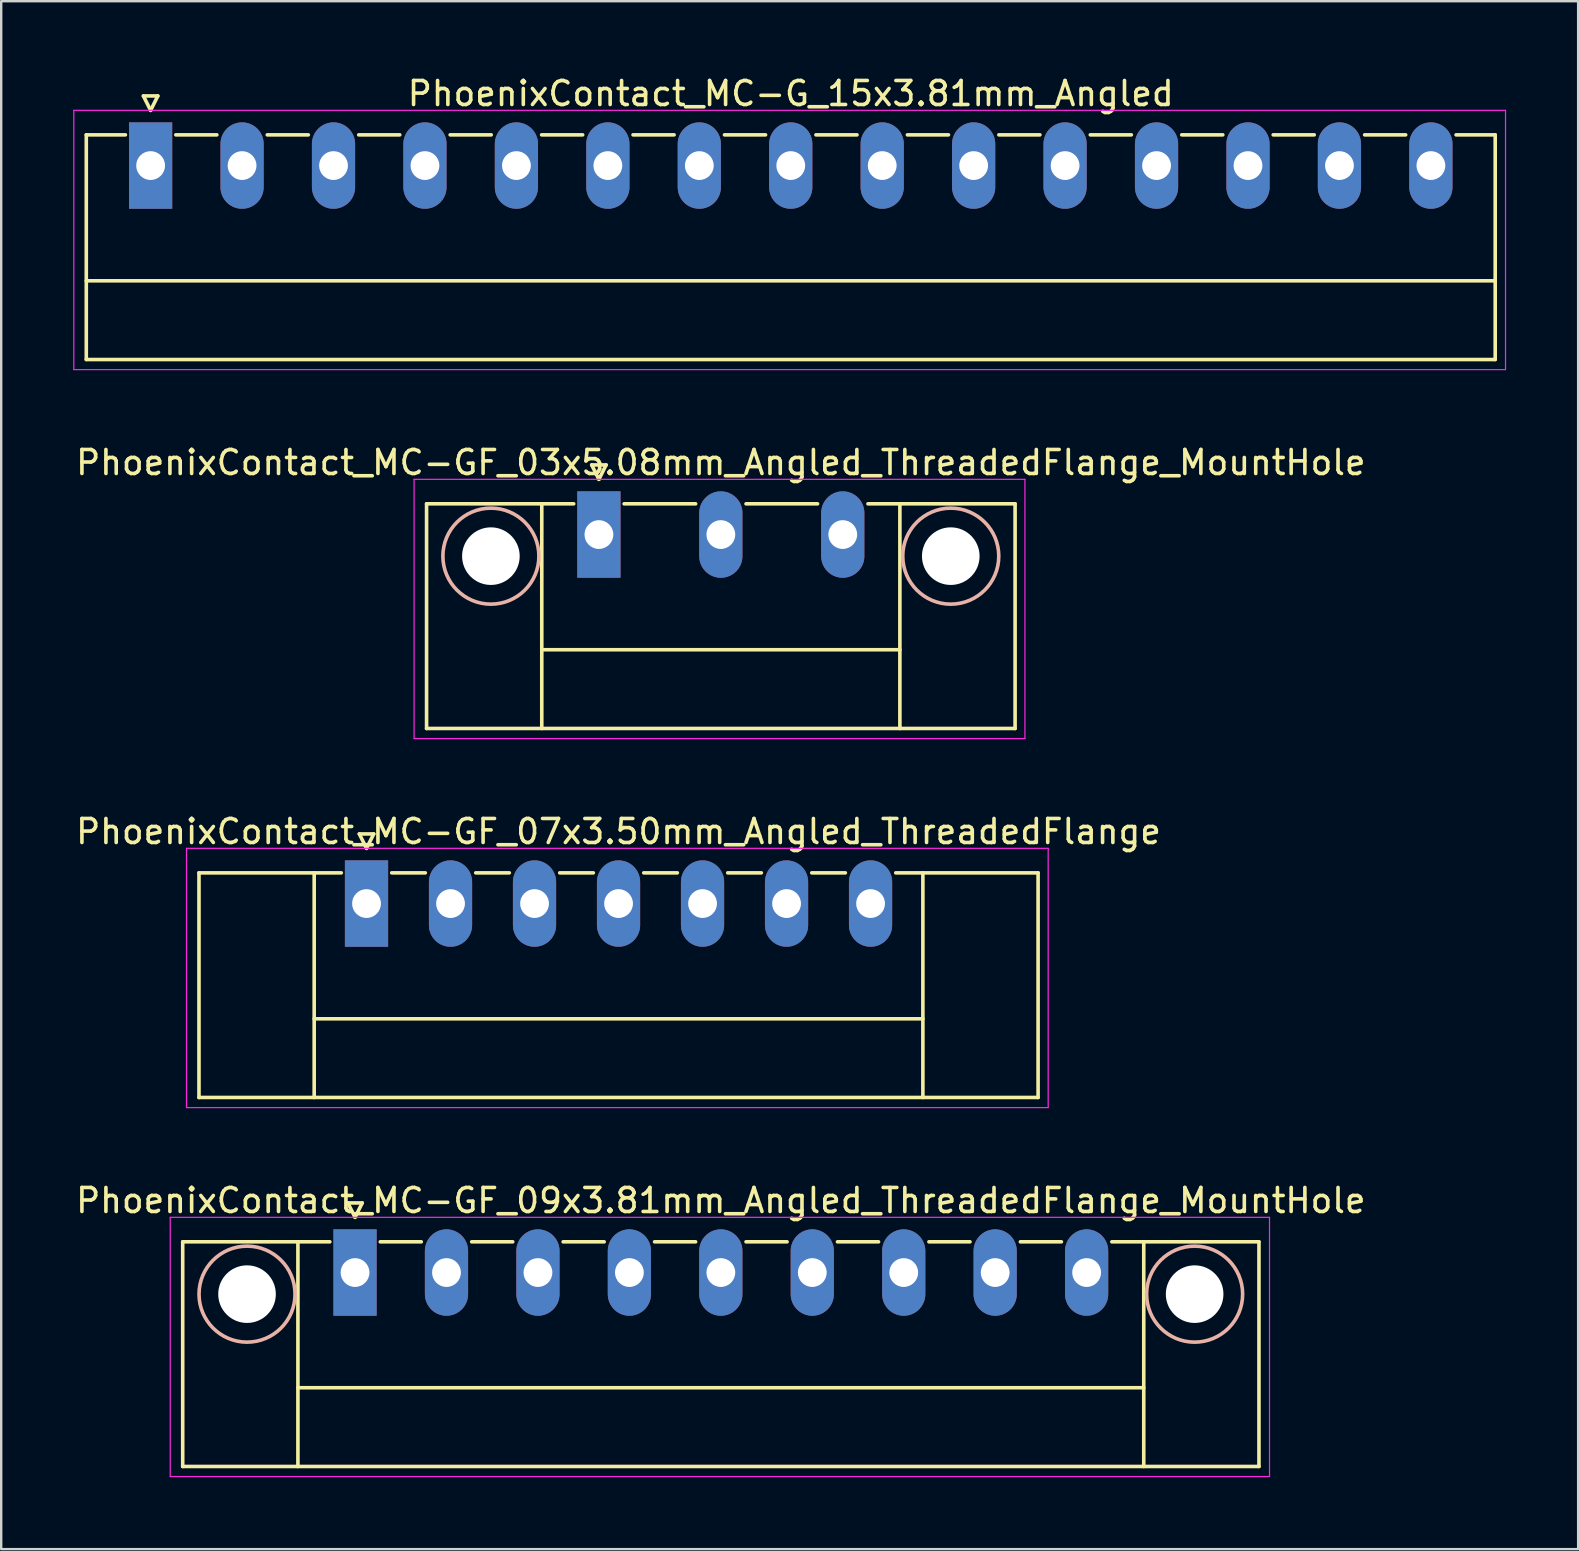
<source format=kicad_pcb>
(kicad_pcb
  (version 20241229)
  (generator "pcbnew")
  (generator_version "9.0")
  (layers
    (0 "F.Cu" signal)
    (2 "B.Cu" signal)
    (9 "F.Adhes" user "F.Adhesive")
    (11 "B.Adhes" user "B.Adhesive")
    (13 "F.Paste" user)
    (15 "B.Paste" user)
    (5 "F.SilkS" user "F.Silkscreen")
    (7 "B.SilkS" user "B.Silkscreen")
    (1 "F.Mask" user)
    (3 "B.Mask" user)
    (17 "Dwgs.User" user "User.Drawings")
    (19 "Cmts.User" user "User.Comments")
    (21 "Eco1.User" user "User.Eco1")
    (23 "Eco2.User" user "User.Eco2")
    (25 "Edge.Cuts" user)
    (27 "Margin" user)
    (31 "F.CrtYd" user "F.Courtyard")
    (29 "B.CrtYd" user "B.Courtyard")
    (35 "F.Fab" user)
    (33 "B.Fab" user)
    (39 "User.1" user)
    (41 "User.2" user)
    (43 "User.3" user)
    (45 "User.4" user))
  (footprint "PhoenixContact_MC-GF_09x3.81mm_Angled_ThreadedFlange_MountHole"
    (layer "F.Cu")
    (at 11.742 49.968)
    (property "Reference" "PhoenixContact_MC-GF_09x3.81mm_Angled_ThreadedFlange_MountHole" (at 15.24 -3 0) (layer "F.SilkS") (effects (font (size 1 1) (thickness 0.15))))
    (attr through_hole)
    (fp_line (start -7.18 -1.28) (end -7.18 8.08) (stroke (width 0.15) (type solid)) (layer "F.SilkS"))
    (fp_line (start -7.18 -1.28) (end -1.05 -1.28) (stroke (width 0.15) (type solid)) (layer "F.SilkS"))
    (fp_line (start -7.18 8.08) (end 37.66 8.08) (stroke (width 0.15) (type solid)) (layer "F.SilkS"))
    (fp_line (start -2.38 -1.28) (end -2.38 8.08) (stroke (width 0.15) (type solid)) (layer "F.SilkS"))
    (fp_line (start -2.38 4.8) (end 32.86 4.8) (stroke (width 0.15) (type solid)) (layer "F.SilkS"))
    (fp_line (start -0.3 -2.9) (end 0 -2.3) (stroke (width 0.15) (type solid)) (layer "F.SilkS"))
    (fp_line (start 0 -2.3) (end 0.3 -2.9) (stroke (width 0.15) (type solid)) (layer "F.SilkS"))
    (fp_line (start 0.3 -2.9) (end -0.3 -2.9) (stroke (width 0.15) (type solid)) (layer "F.SilkS"))
    (fp_line (start 1.05 -1.28) (end 2.76 -1.28) (stroke (width 0.15) (type solid)) (layer "F.SilkS"))
    (fp_line (start 4.86 -1.28) (end 6.57 -1.28) (stroke (width 0.15) (type solid)) (layer "F.SilkS"))
    (fp_line (start 8.67 -1.28) (end 10.38 -1.28) (stroke (width 0.15) (type solid)) (layer "F.SilkS"))
    (fp_line (start 12.48 -1.28) (end 14.19 -1.28) (stroke (width 0.15) (type solid)) (layer "F.SilkS"))
    (fp_line (start 16.29 -1.28) (end 18 -1.28) (stroke (width 0.15) (type solid)) (layer "F.SilkS"))
    (fp_line (start 20.1 -1.28) (end 21.81 -1.28) (stroke (width 0.15) (type solid)) (layer "F.SilkS"))
    (fp_line (start 23.91 -1.28) (end 25.62 -1.28) (stroke (width 0.15) (type solid)) (layer "F.SilkS"))
    (fp_line (start 27.72 -1.28) (end 29.43 -1.28) (stroke (width 0.15) (type solid)) (layer "F.SilkS"))
    (fp_line (start 32.86 -1.28) (end 32.86 8.08) (stroke (width 0.15) (type solid)) (layer "F.SilkS"))
    (fp_line (start 37.66 -1.28) (end 31.53 -1.28) (stroke (width 0.15) (type solid)) (layer "F.SilkS"))
    (fp_line (start 37.66 8.08) (end 37.66 -1.28) (stroke (width 0.15) (type solid)) (layer "F.SilkS"))
    (fp_circle (center -4.5 0.9) (end -2.5 0.9) (stroke (width 0.15) (type solid)) (fill no) (layer "B.SilkS"))
    (fp_circle (center 34.98 0.9) (end 36.98 0.9) (stroke (width 0.15) (type solid)) (fill no) (layer "B.SilkS"))
    (fp_line (start -7.7 -2.3) (end -7.7 8.5) (stroke (width 0.05) (type solid)) (layer "F.CrtYd"))
    (fp_line (start -7.7 8.5) (end 38.1 8.5) (stroke (width 0.05) (type solid)) (layer "F.CrtYd"))
    (fp_line (start 38.1 -2.3) (end -7.7 -2.3) (stroke (width 0.05) (type solid)) (layer "F.CrtYd"))
    (fp_line (start 38.1 8.5) (end 38.1 -2.3) (stroke (width 0.05) (type solid)) (layer "F.CrtYd"))
    (pad "" np_thru_hole circle (at -4.5 0.9) (size 2.4 2.4) (drill 2.4) (layers "*.Cu" "*.Mask"))
    (pad "" np_thru_hole circle (at 34.98 0.9) (size 2.4 2.4) (drill 2.4) (layers "*.Cu" "*.Mask"))
    (pad "1" thru_hole rect (at 0 0) (size 1.8 3.6) (drill 1.2) (layers "*.Cu" "*.Mask"))
    (pad "2" thru_hole oval (at 3.81 0) (size 1.8 3.6) (drill 1.2) (layers "*.Cu" "*.Mask"))
    (pad "3" thru_hole oval (at 7.62 0) (size 1.8 3.6) (drill 1.2) (layers "*.Cu" "*.Mask"))
    (pad "4" thru_hole oval (at 11.43 0) (size 1.8 3.6) (drill 1.2) (layers "*.Cu" "*.Mask"))
    (pad "5" thru_hole oval (at 15.24 0) (size 1.8 3.6) (drill 1.2) (layers "*.Cu" "*.Mask"))
    (pad "6" thru_hole oval (at 19.05 0) (size 1.8 3.6) (drill 1.2) (layers "*.Cu" "*.Mask"))
    (pad "7" thru_hole oval (at 22.86 0) (size 1.8 3.6) (drill 1.2) (layers "*.Cu" "*.Mask"))
    (pad "8" thru_hole oval (at 26.67 0) (size 1.8 3.6) (drill 1.2) (layers "*.Cu" "*.Mask"))
    (pad "9" thru_hole oval (at 30.48 0) (size 1.8 3.6) (drill 1.2) (layers "*.Cu" "*.Mask")))
  (footprint "PhoenixContact_MC-GF_03x5.08mm_Angled_ThreadedFlange_MountHole"
    (layer "F.Cu")
    (at 21.902 19.221)
    (property "Reference" "PhoenixContact_MC-GF_03x5.08mm_Angled_ThreadedFlange_MountHole" (at 5.08 -3 0) (layer "F.SilkS") (effects (font (size 1 1) (thickness 0.15))))
    (attr through_hole)
    (fp_line (start -7.18 -1.28) (end -7.18 8.08) (stroke (width 0.15) (type solid)) (layer "F.SilkS"))
    (fp_line (start -7.18 -1.28) (end -1.05 -1.28) (stroke (width 0.15) (type solid)) (layer "F.SilkS"))
    (fp_line (start -7.18 8.08) (end 17.34 8.08) (stroke (width 0.15) (type solid)) (layer "F.SilkS"))
    (fp_line (start -2.38 -1.28) (end -2.38 8.08) (stroke (width 0.15) (type solid)) (layer "F.SilkS"))
    (fp_line (start -2.38 4.8) (end 12.54 4.8) (stroke (width 0.15) (type solid)) (layer "F.SilkS"))
    (fp_line (start -0.3 -2.9) (end 0 -2.3) (stroke (width 0.15) (type solid)) (layer "F.SilkS"))
    (fp_line (start 0 -2.3) (end 0.3 -2.9) (stroke (width 0.15) (type solid)) (layer "F.SilkS"))
    (fp_line (start 0.3 -2.9) (end -0.3 -2.9) (stroke (width 0.15) (type solid)) (layer "F.SilkS"))
    (fp_line (start 1.05 -1.28) (end 4.03 -1.28) (stroke (width 0.15) (type solid)) (layer "F.SilkS"))
    (fp_line (start 6.13 -1.28) (end 9.11 -1.28) (stroke (width 0.15) (type solid)) (layer "F.SilkS"))
    (fp_line (start 12.54 -1.28) (end 12.54 8.08) (stroke (width 0.15) (type solid)) (layer "F.SilkS"))
    (fp_line (start 17.34 -1.28) (end 11.21 -1.28) (stroke (width 0.15) (type solid)) (layer "F.SilkS"))
    (fp_line (start 17.34 8.08) (end 17.34 -1.28) (stroke (width 0.15) (type solid)) (layer "F.SilkS"))
    (fp_circle (center -4.5 0.9) (end -2.5 0.9) (stroke (width 0.15) (type solid)) (fill no) (layer "B.SilkS"))
    (fp_circle (center 14.66 0.9) (end 16.66 0.9) (stroke (width 0.15) (type solid)) (fill no) (layer "B.SilkS"))
    (fp_line (start -7.7 -2.3) (end -7.7 8.5) (stroke (width 0.05) (type solid)) (layer "F.CrtYd"))
    (fp_line (start -7.7 8.5) (end 17.75 8.5) (stroke (width 0.05) (type solid)) (layer "F.CrtYd"))
    (fp_line (start 17.75 -2.3) (end -7.7 -2.3) (stroke (width 0.05) (type solid)) (layer "F.CrtYd"))
    (fp_line (start 17.75 8.5) (end 17.75 -2.3) (stroke (width 0.05) (type solid)) (layer "F.CrtYd"))
    (pad "" np_thru_hole circle (at -4.5 0.9) (size 2.4 2.4) (drill 2.4) (layers "*.Cu" "*.Mask"))
    (pad "" np_thru_hole circle (at 14.66 0.9) (size 2.4 2.4) (drill 2.4) (layers "*.Cu" "*.Mask"))
    (pad "1" thru_hole rect (at 0 0) (size 1.8 3.6) (drill 1.2) (layers "*.Cu" "*.Mask"))
    (pad "2" thru_hole oval (at 5.08 0) (size 1.8 3.6) (drill 1.2) (layers "*.Cu" "*.Mask"))
    (pad "3" thru_hole oval (at 10.16 0) (size 1.8 3.6) (drill 1.2) (layers "*.Cu" "*.Mask")))
  (footprint "PhoenixContact_MC-G_15x3.81mm_Angled"
    (layer "F.Cu")
    (at 3.225 3.848)
    (property "Reference" "PhoenixContact_MC-G_15x3.81mm_Angled" (at 26.67 -3 0) (layer "F.SilkS") (effects (font (size 1 1) (thickness 0.15))))
    (attr through_hole)
    (fp_line (start -2.68 -1.28) (end -2.68 8.08) (stroke (width 0.15) (type solid)) (layer "F.SilkS"))
    (fp_line (start -2.68 -1.28) (end -1.05 -1.28) (stroke (width 0.15) (type solid)) (layer "F.SilkS"))
    (fp_line (start -2.68 4.8) (end 56.02 4.8) (stroke (width 0.15) (type solid)) (layer "F.SilkS"))
    (fp_line (start -2.68 8.08) (end 56.02 8.08) (stroke (width 0.15) (type solid)) (layer "F.SilkS"))
    (fp_line (start -0.3 -2.9) (end 0 -2.3) (stroke (width 0.15) (type solid)) (layer "F.SilkS"))
    (fp_line (start 0 -2.3) (end 0.3 -2.9) (stroke (width 0.15) (type solid)) (layer "F.SilkS"))
    (fp_line (start 0.3 -2.9) (end -0.3 -2.9) (stroke (width 0.15) (type solid)) (layer "F.SilkS"))
    (fp_line (start 1.05 -1.28) (end 2.76 -1.28) (stroke (width 0.15) (type solid)) (layer "F.SilkS"))
    (fp_line (start 4.86 -1.28) (end 6.57 -1.28) (stroke (width 0.15) (type solid)) (layer "F.SilkS"))
    (fp_line (start 8.67 -1.28) (end 10.38 -1.28) (stroke (width 0.15) (type solid)) (layer "F.SilkS"))
    (fp_line (start 12.48 -1.28) (end 14.19 -1.28) (stroke (width 0.15) (type solid)) (layer "F.SilkS"))
    (fp_line (start 16.29 -1.28) (end 18 -1.28) (stroke (width 0.15) (type solid)) (layer "F.SilkS"))
    (fp_line (start 20.1 -1.28) (end 21.81 -1.28) (stroke (width 0.15) (type solid)) (layer "F.SilkS"))
    (fp_line (start 23.91 -1.28) (end 25.62 -1.28) (stroke (width 0.15) (type solid)) (layer "F.SilkS"))
    (fp_line (start 27.72 -1.28) (end 29.43 -1.28) (stroke (width 0.15) (type solid)) (layer "F.SilkS"))
    (fp_line (start 31.53 -1.28) (end 33.24 -1.28) (stroke (width 0.15) (type solid)) (layer "F.SilkS"))
    (fp_line (start 35.34 -1.28) (end 37.05 -1.28) (stroke (width 0.15) (type solid)) (layer "F.SilkS"))
    (fp_line (start 39.15 -1.28) (end 40.86 -1.28) (stroke (width 0.15) (type solid)) (layer "F.SilkS"))
    (fp_line (start 42.96 -1.28) (end 44.67 -1.28) (stroke (width 0.15) (type solid)) (layer "F.SilkS"))
    (fp_line (start 46.77 -1.28) (end 48.48 -1.28) (stroke (width 0.15) (type solid)) (layer "F.SilkS"))
    (fp_line (start 50.58 -1.28) (end 52.29 -1.28) (stroke (width 0.15) (type solid)) (layer "F.SilkS"))
    (fp_line (start 56.02 -1.28) (end 54.39 -1.28) (stroke (width 0.15) (type solid)) (layer "F.SilkS"))
    (fp_line (start 56.02 8.08) (end 56.02 -1.28) (stroke (width 0.15) (type solid)) (layer "F.SilkS"))
    (fp_line (start -3.2 -2.3) (end -3.2 8.5) (stroke (width 0.05) (type solid)) (layer "F.CrtYd"))
    (fp_line (start -3.2 8.5) (end 56.45 8.5) (stroke (width 0.05) (type solid)) (layer "F.CrtYd"))
    (fp_line (start 56.45 -2.3) (end -3.2 -2.3) (stroke (width 0.05) (type solid)) (layer "F.CrtYd"))
    (fp_line (start 56.45 8.5) (end 56.45 -2.3) (stroke (width 0.05) (type solid)) (layer "F.CrtYd"))
    (pad "1" thru_hole rect (at 0 0) (size 1.8 3.6) (drill 1.2) (layers "*.Cu" "*.Mask"))
    (pad "2" thru_hole oval (at 3.81 0) (size 1.8 3.6) (drill 1.2) (layers "*.Cu" "*.Mask"))
    (pad "3" thru_hole oval (at 7.62 0) (size 1.8 3.6) (drill 1.2) (layers "*.Cu" "*.Mask"))
    (pad "4" thru_hole oval (at 11.43 0) (size 1.8 3.6) (drill 1.2) (layers "*.Cu" "*.Mask"))
    (pad "5" thru_hole oval (at 15.24 0) (size 1.8 3.6) (drill 1.2) (layers "*.Cu" "*.Mask"))
    (pad "6" thru_hole oval (at 19.05 0) (size 1.8 3.6) (drill 1.2) (layers "*.Cu" "*.Mask"))
    (pad "7" thru_hole oval (at 22.86 0) (size 1.8 3.6) (drill 1.2) (layers "*.Cu" "*.Mask"))
    (pad "8" thru_hole oval (at 26.67 0) (size 1.8 3.6) (drill 1.2) (layers "*.Cu" "*.Mask"))
    (pad "9" thru_hole oval (at 30.48 0) (size 1.8 3.6) (drill 1.2) (layers "*.Cu" "*.Mask"))
    (pad "10" thru_hole oval (at 34.29 0) (size 1.8 3.6) (drill 1.2) (layers "*.Cu" "*.Mask"))
    (pad "11" thru_hole oval (at 38.1 0) (size 1.8 3.6) (drill 1.2) (layers "*.Cu" "*.Mask"))
    (pad "12" thru_hole oval (at 41.91 0) (size 1.8 3.6) (drill 1.2) (layers "*.Cu" "*.Mask"))
    (pad "13" thru_hole oval (at 45.72 0) (size 1.8 3.6) (drill 1.2) (layers "*.Cu" "*.Mask"))
    (pad "14" thru_hole oval (at 49.53 0) (size 1.8 3.6) (drill 1.2) (layers "*.Cu" "*.Mask"))
    (pad "15" thru_hole oval (at 53.34 0) (size 1.8 3.6) (drill 1.2) (layers "*.Cu" "*.Mask")))
  (footprint "PhoenixContact_MC-GF_07x3.50mm_Angled_ThreadedFlange"
    (layer "F.Cu")
    (at 12.22 34.595)
    (property "Reference" "PhoenixContact_MC-GF_07x3.50mm_Angled_ThreadedFlange" (at 10.5 -3 0) (layer "F.SilkS") (effects (font (size 1 1) (thickness 0.15))))
    (attr through_hole)
    (fp_line (start -6.98 -1.28) (end -6.98 8.08) (stroke (width 0.15) (type solid)) (layer "F.SilkS"))
    (fp_line (start -6.98 -1.28) (end -1.05 -1.28) (stroke (width 0.15) (type solid)) (layer "F.SilkS"))
    (fp_line (start -6.98 8.08) (end 27.98 8.08) (stroke (width 0.15) (type solid)) (layer "F.SilkS"))
    (fp_line (start -2.18 -1.28) (end -2.18 8.08) (stroke (width 0.15) (type solid)) (layer "F.SilkS"))
    (fp_line (start -2.18 4.8) (end 23.18 4.8) (stroke (width 0.15) (type solid)) (layer "F.SilkS"))
    (fp_line (start -0.3 -2.9) (end 0 -2.3) (stroke (width 0.15) (type solid)) (layer "F.SilkS"))
    (fp_line (start 0 -2.3) (end 0.3 -2.9) (stroke (width 0.15) (type solid)) (layer "F.SilkS"))
    (fp_line (start 0.3 -2.9) (end -0.3 -2.9) (stroke (width 0.15) (type solid)) (layer "F.SilkS"))
    (fp_line (start 1.05 -1.28) (end 2.45 -1.28) (stroke (width 0.15) (type solid)) (layer "F.SilkS"))
    (fp_line (start 4.55 -1.28) (end 5.95 -1.28) (stroke (width 0.15) (type solid)) (layer "F.SilkS"))
    (fp_line (start 8.05 -1.28) (end 9.45 -1.28) (stroke (width 0.15) (type solid)) (layer "F.SilkS"))
    (fp_line (start 11.55 -1.28) (end 12.95 -1.28) (stroke (width 0.15) (type solid)) (layer "F.SilkS"))
    (fp_line (start 15.05 -1.28) (end 16.45 -1.28) (stroke (width 0.15) (type solid)) (layer "F.SilkS"))
    (fp_line (start 18.55 -1.28) (end 19.95 -1.28) (stroke (width 0.15) (type solid)) (layer "F.SilkS"))
    (fp_line (start 23.18 -1.28) (end 23.18 8.08) (stroke (width 0.15) (type solid)) (layer "F.SilkS"))
    (fp_line (start 27.98 -1.28) (end 22.05 -1.28) (stroke (width 0.15) (type solid)) (layer "F.SilkS"))
    (fp_line (start 27.98 8.08) (end 27.98 -1.28) (stroke (width 0.15) (type solid)) (layer "F.SilkS"))
    (fp_line (start -7.5 -2.3) (end -7.5 8.5) (stroke (width 0.05) (type solid)) (layer "F.CrtYd"))
    (fp_line (start -7.5 8.5) (end 28.4 8.5) (stroke (width 0.05) (type solid)) (layer "F.CrtYd"))
    (fp_line (start 28.4 -2.3) (end -7.5 -2.3) (stroke (width 0.05) (type solid)) (layer "F.CrtYd"))
    (fp_line (start 28.4 8.5) (end 28.4 -2.3) (stroke (width 0.05) (type solid)) (layer "F.CrtYd"))
    (pad "1" thru_hole rect (at 0 0) (size 1.8 3.6) (drill 1.2) (layers "*.Cu" "*.Mask"))
    (pad "2" thru_hole oval (at 3.5 0) (size 1.8 3.6) (drill 1.2) (layers "*.Cu" "*.Mask"))
    (pad "3" thru_hole oval (at 7 0) (size 1.8 3.6) (drill 1.2) (layers "*.Cu" "*.Mask"))
    (pad "4" thru_hole oval (at 10.5 0) (size 1.8 3.6) (drill 1.2) (layers "*.Cu" "*.Mask"))
    (pad "5" thru_hole oval (at 14 0) (size 1.8 3.6) (drill 1.2) (layers "*.Cu" "*.Mask"))
    (pad "6" thru_hole oval (at 17.5 0) (size 1.8 3.6) (drill 1.2) (layers "*.Cu" "*.Mask"))
    (pad "7" thru_hole oval (at 21 0) (size 1.8 3.6) (drill 1.2) (layers "*.Cu" "*.Mask")))
  (gr_rect
    (start -3 -3)
    (end 62.7 61.493)
    (stroke (width 0.1) (type default))
    (fill no)
    (layer "Edge.Cuts")))
</source>
